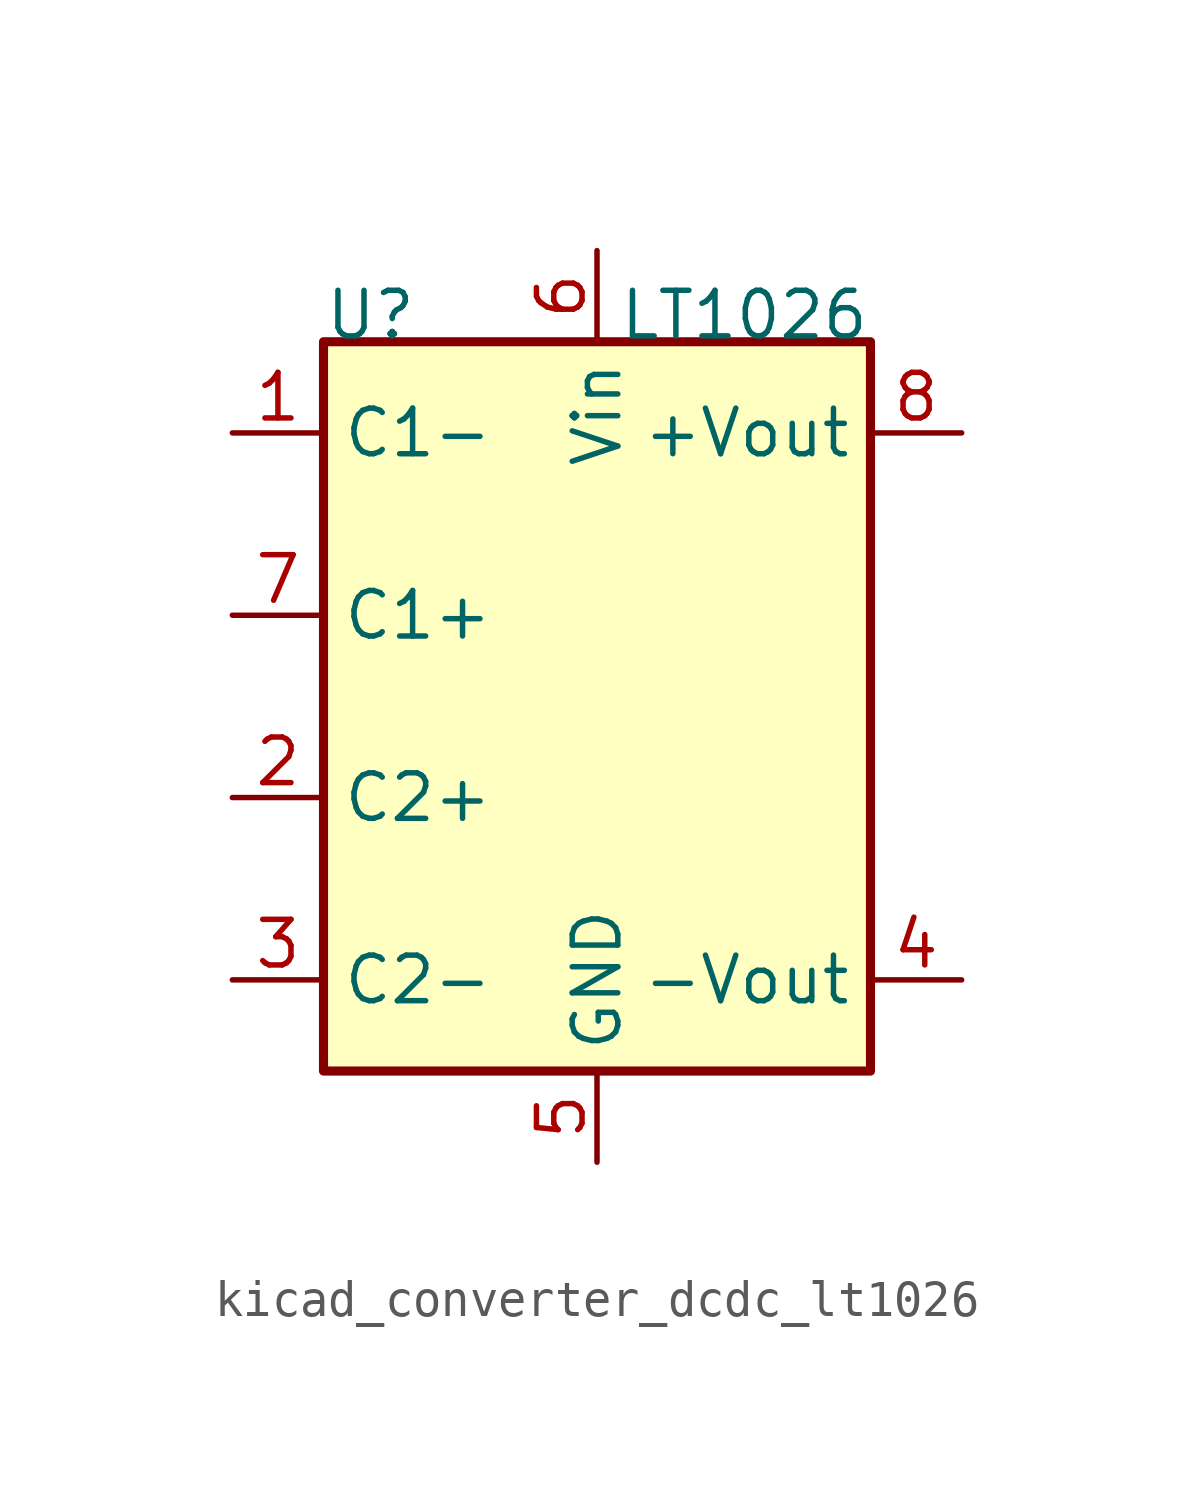
<source format=kicad_sym>
(kicad_symbol_lib
  (version 20220914)
  (generator kicad_symbol_editor)
  (symbol "kicad_converter_dcdc_lt1026"
    (property "Reference" "U"
      (at -7.62 10.16 0)
      (effects (font (size 1.27 1.27)) (justify left bottom)))
    (property "Value" "LT1026"
      (at 7.62 10.16 0)
      (effects (font (size 1.27 1.27)) (justify right bottom)))
    (symbol "kicad_converter_dcdc_lt1026_0_1"
      (rectangle (start -7.62 10.16) (end 7.62 -10.16) (stroke (width 0.254) (type default)) (fill (type background))))
    (symbol "kicad_converter_dcdc_lt1026_1_1"
      (pin passive line (at -10.16 7.62 0) (length 2.54) (name "C1-" (effects (font (size 1.27 1.27)))) (number "1" (effects (font (size 1.27 1.27)))))
      (pin passive line (at -10.16 -2.54 0) (length 2.54) (name "C2+" (effects (font (size 1.27 1.27)))) (number "2" (effects (font (size 1.27 1.27)))))
      (pin passive line (at -10.16 -7.62 0) (length 2.54) (name "C2-" (effects (font (size 1.27 1.27)))) (number "3" (effects (font (size 1.27 1.27)))))
      (pin power_out line (at 10.16 -7.62 180) (length 2.54) (name "-Vout" (effects (font (size 1.27 1.27)))) (number "4" (effects (font (size 1.27 1.27)))))
      (pin power_in line (at 0 -12.7 90) (length 2.54) (name "GND" (effects (font (size 1.27 1.27)))) (number "5" (effects (font (size 1.27 1.27)))))
      (pin power_in line (at 0 12.7 270) (length 2.54) (name "Vin" (effects (font (size 1.27 1.27)))) (number "6" (effects (font (size 1.27 1.27)))))
      (pin passive line (at -10.16 2.54 0) (length 2.54) (name "C1+" (effects (font (size 1.27 1.27)))) (number "7" (effects (font (size 1.27 1.27)))))
      (pin power_out line (at 10.16 7.62 180) (length 2.54) (name "+Vout" (effects (font (size 1.27 1.27)))) (number "8" (effects (font (size 1.27 1.27))))))))
</source>
